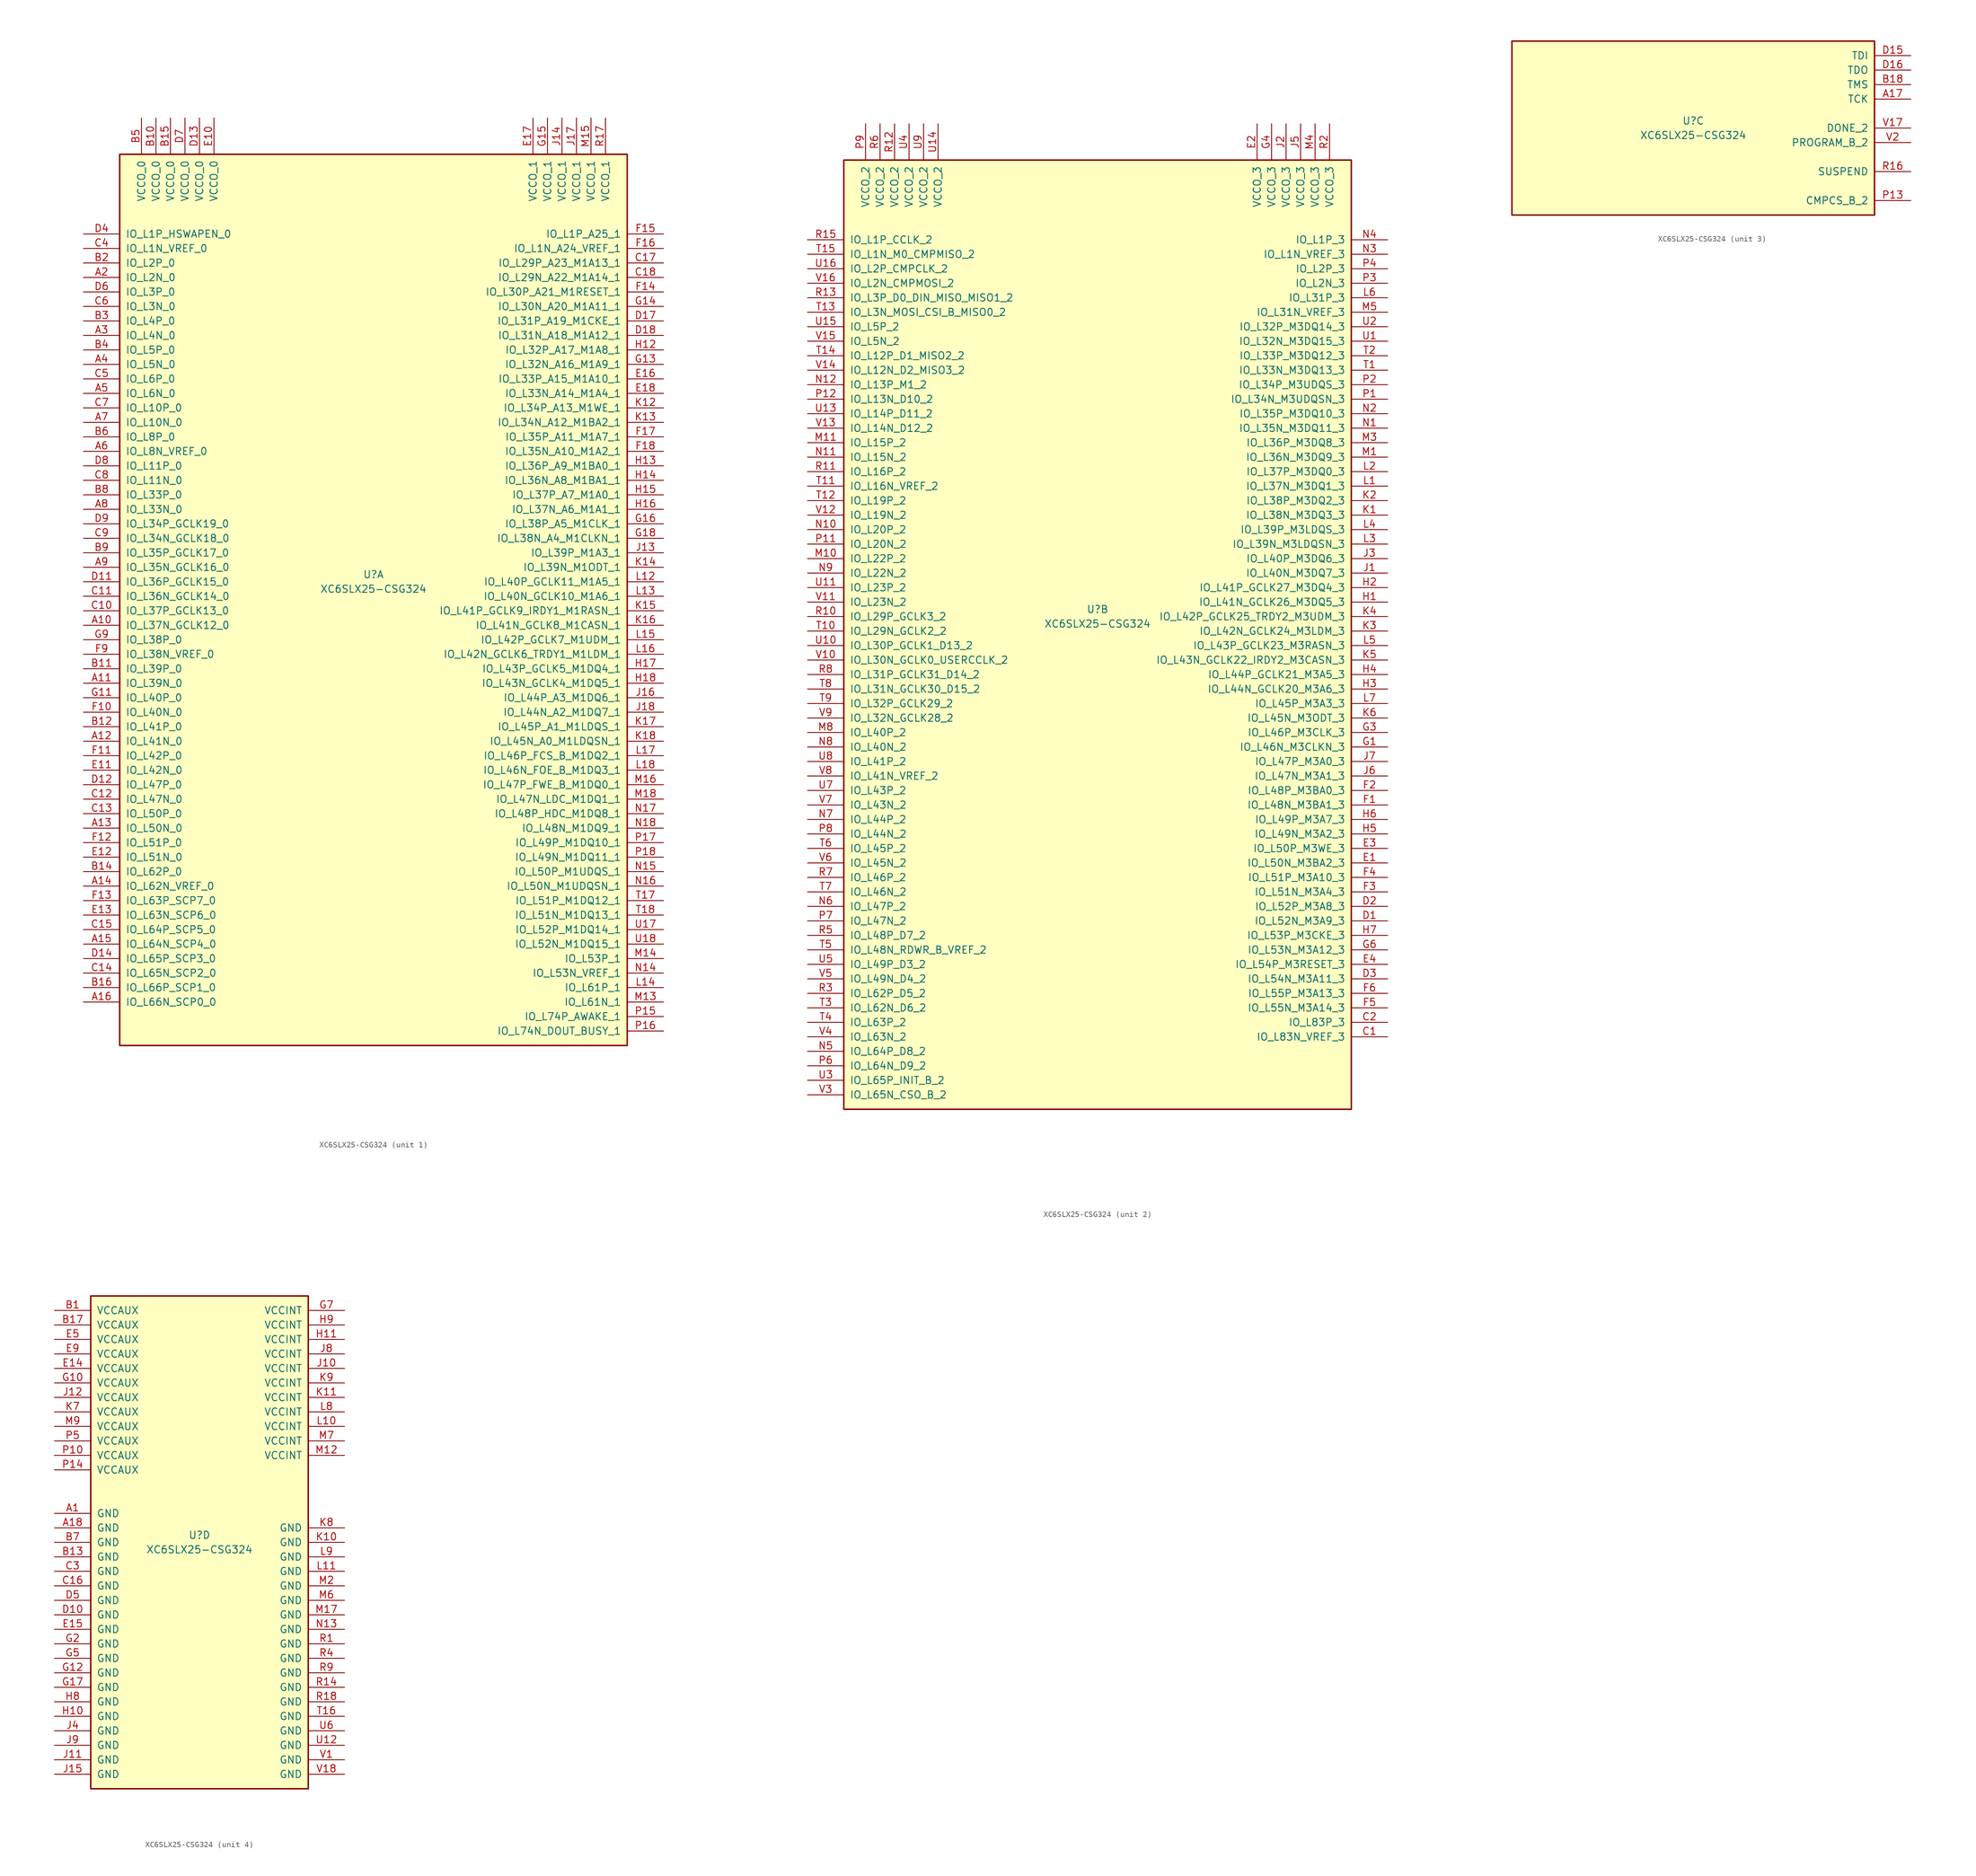
<source format=kicad_sym>
(kicad_symbol_lib
  (version 20220914)
  (generator kicad_symbol_editor)
  (symbol "XC6SLX25-CSG324"
    (pin_names
      (offset 1.016))
    (property "Reference" "U"
      (at 0 1.27 0)
      (effects (font (size 1.27 1.27))))
    (property "Value" "XC6SLX25-CSG324"
      (at 0 -1.27 0)
      (effects (font (size 1.27 1.27))))
    (property "Datasheet" ""
      (at 0 0 0)
      (effects (font (size 1.27 1.27))))
    (property "ki_locked" ""
      (at 0 0 0)
      (effects (font (size 1.27 1.27))))
    (symbol "XC6SLX25-CSG324_1_1"
      (rectangle (start -44.45 74.93) (end 44.45 -81.28) (stroke (width 0.254) (type default)) (fill (type background)))
      (pin bidirectional line (at -50.8 -7.62 0) (length 6.35) (name "IO_L37N_GCLK12_0" (effects (font (size 1.27 1.27)))) (number "A10" (effects (font (size 1.27 1.27)))))
      (pin bidirectional line (at -50.8 -17.78 0) (length 6.35) (name "IO_L39N_0" (effects (font (size 1.27 1.27)))) (number "A11" (effects (font (size 1.27 1.27)))))
      (pin bidirectional line (at -50.8 -27.94 0) (length 6.35) (name "IO_L41N_0" (effects (font (size 1.27 1.27)))) (number "A12" (effects (font (size 1.27 1.27)))))
      (pin bidirectional line (at -50.8 -43.18 0) (length 6.35) (name "IO_L50N_0" (effects (font (size 1.27 1.27)))) (number "A13" (effects (font (size 1.27 1.27)))))
      (pin bidirectional line (at -50.8 -53.34 0) (length 6.35) (name "IO_L62N_VREF_0" (effects (font (size 1.27 1.27)))) (number "A14" (effects (font (size 1.27 1.27)))))
      (pin bidirectional line (at -50.8 -63.5 0) (length 6.35) (name "IO_L64N_SCP4_0" (effects (font (size 1.27 1.27)))) (number "A15" (effects (font (size 1.27 1.27)))))
      (pin bidirectional line (at -50.8 -73.66 0) (length 6.35) (name "IO_L66N_SCP0_0" (effects (font (size 1.27 1.27)))) (number "A16" (effects (font (size 1.27 1.27)))))
      (pin bidirectional line (at -50.8 53.34 0) (length 6.35) (name "IO_L2N_0" (effects (font (size 1.27 1.27)))) (number "A2" (effects (font (size 1.27 1.27)))))
      (pin bidirectional line (at -50.8 43.18 0) (length 6.35) (name "IO_L4N_0" (effects (font (size 1.27 1.27)))) (number "A3" (effects (font (size 1.27 1.27)))))
      (pin bidirectional line (at -50.8 38.1 0) (length 6.35) (name "IO_L5N_0" (effects (font (size 1.27 1.27)))) (number "A4" (effects (font (size 1.27 1.27)))))
      (pin bidirectional line (at -50.8 33.02 0) (length 6.35) (name "IO_L6N_0" (effects (font (size 1.27 1.27)))) (number "A5" (effects (font (size 1.27 1.27)))))
      (pin bidirectional line (at -50.8 22.86 0) (length 6.35) (name "IO_L8N_VREF_0" (effects (font (size 1.27 1.27)))) (number "A6" (effects (font (size 1.27 1.27)))))
      (pin bidirectional line (at -50.8 27.94 0) (length 6.35) (name "IO_L10N_0" (effects (font (size 1.27 1.27)))) (number "A7" (effects (font (size 1.27 1.27)))))
      (pin bidirectional line (at -50.8 12.7 0) (length 6.35) (name "IO_L33N_0" (effects (font (size 1.27 1.27)))) (number "A8" (effects (font (size 1.27 1.27)))))
      (pin bidirectional line (at -50.8 2.54 0) (length 6.35) (name "IO_L35N_GCLK16_0" (effects (font (size 1.27 1.27)))) (number "A9" (effects (font (size 1.27 1.27)))))
      (pin power_in line (at -38.1 81.28 270) (length 6.35) (name "VCCO_0" (effects (font (size 1.27 1.27)))) (number "B10" (effects (font (size 1.27 1.27)))))
      (pin bidirectional line (at -50.8 -15.24 0) (length 6.35) (name "IO_L39P_0" (effects (font (size 1.27 1.27)))) (number "B11" (effects (font (size 1.27 1.27)))))
      (pin bidirectional line (at -50.8 -25.4 0) (length 6.35) (name "IO_L41P_0" (effects (font (size 1.27 1.27)))) (number "B12" (effects (font (size 1.27 1.27)))))
      (pin bidirectional line (at -50.8 -50.8 0) (length 6.35) (name "IO_L62P_0" (effects (font (size 1.27 1.27)))) (number "B14" (effects (font (size 1.27 1.27)))))
      (pin power_in line (at -35.56 81.28 270) (length 6.35) (name "VCCO_0" (effects (font (size 1.27 1.27)))) (number "B15" (effects (font (size 1.27 1.27)))))
      (pin bidirectional line (at -50.8 -71.12 0) (length 6.35) (name "IO_L66P_SCP1_0" (effects (font (size 1.27 1.27)))) (number "B16" (effects (font (size 1.27 1.27)))))
      (pin bidirectional line (at -50.8 55.88 0) (length 6.35) (name "IO_L2P_0" (effects (font (size 1.27 1.27)))) (number "B2" (effects (font (size 1.27 1.27)))))
      (pin bidirectional line (at -50.8 45.72 0) (length 6.35) (name "IO_L4P_0" (effects (font (size 1.27 1.27)))) (number "B3" (effects (font (size 1.27 1.27)))))
      (pin bidirectional line (at -50.8 40.64 0) (length 6.35) (name "IO_L5P_0" (effects (font (size 1.27 1.27)))) (number "B4" (effects (font (size 1.27 1.27)))))
      (pin power_in line (at -40.64 81.28 270) (length 6.35) (name "VCCO_0" (effects (font (size 1.27 1.27)))) (number "B5" (effects (font (size 1.27 1.27)))))
      (pin bidirectional line (at -50.8 25.4 0) (length 6.35) (name "IO_L8P_0" (effects (font (size 1.27 1.27)))) (number "B6" (effects (font (size 1.27 1.27)))))
      (pin bidirectional line (at -50.8 15.24 0) (length 6.35) (name "IO_L33P_0" (effects (font (size 1.27 1.27)))) (number "B8" (effects (font (size 1.27 1.27)))))
      (pin bidirectional line (at -50.8 5.08 0) (length 6.35) (name "IO_L35P_GCLK17_0" (effects (font (size 1.27 1.27)))) (number "B9" (effects (font (size 1.27 1.27)))))
      (pin bidirectional line (at -50.8 -5.08 0) (length 6.35) (name "IO_L37P_GCLK13_0" (effects (font (size 1.27 1.27)))) (number "C10" (effects (font (size 1.27 1.27)))))
      (pin bidirectional line (at -50.8 -2.54 0) (length 6.35) (name "IO_L36N_GCLK14_0" (effects (font (size 1.27 1.27)))) (number "C11" (effects (font (size 1.27 1.27)))))
      (pin bidirectional line (at -50.8 -38.1 0) (length 6.35) (name "IO_L47N_0" (effects (font (size 1.27 1.27)))) (number "C12" (effects (font (size 1.27 1.27)))))
      (pin bidirectional line (at -50.8 -40.64 0) (length 6.35) (name "IO_L50P_0" (effects (font (size 1.27 1.27)))) (number "C13" (effects (font (size 1.27 1.27)))))
      (pin bidirectional line (at -50.8 -68.58 0) (length 6.35) (name "IO_L65N_SCP2_0" (effects (font (size 1.27 1.27)))) (number "C14" (effects (font (size 1.27 1.27)))))
      (pin bidirectional line (at -50.8 -60.96 0) (length 6.35) (name "IO_L64P_SCP5_0" (effects (font (size 1.27 1.27)))) (number "C15" (effects (font (size 1.27 1.27)))))
      (pin bidirectional line (at 50.8 55.88 180) (length 6.35) (name "IO_L29P_A23_M1A13_1" (effects (font (size 1.27 1.27)))) (number "C17" (effects (font (size 1.27 1.27)))))
      (pin bidirectional line (at 50.8 53.34 180) (length 6.35) (name "IO_L29N_A22_M1A14_1" (effects (font (size 1.27 1.27)))) (number "C18" (effects (font (size 1.27 1.27)))))
      (pin bidirectional line (at -50.8 58.42 0) (length 6.35) (name "IO_L1N_VREF_0" (effects (font (size 1.27 1.27)))) (number "C4" (effects (font (size 1.27 1.27)))))
      (pin bidirectional line (at -50.8 35.56 0) (length 6.35) (name "IO_L6P_0" (effects (font (size 1.27 1.27)))) (number "C5" (effects (font (size 1.27 1.27)))))
      (pin bidirectional line (at -50.8 48.26 0) (length 6.35) (name "IO_L3N_0" (effects (font (size 1.27 1.27)))) (number "C6" (effects (font (size 1.27 1.27)))))
      (pin bidirectional line (at -50.8 30.48 0) (length 6.35) (name "IO_L10P_0" (effects (font (size 1.27 1.27)))) (number "C7" (effects (font (size 1.27 1.27)))))
      (pin bidirectional line (at -50.8 17.78 0) (length 6.35) (name "IO_L11N_0" (effects (font (size 1.27 1.27)))) (number "C8" (effects (font (size 1.27 1.27)))))
      (pin bidirectional line (at -50.8 7.62 0) (length 6.35) (name "IO_L34N_GCLK18_0" (effects (font (size 1.27 1.27)))) (number "C9" (effects (font (size 1.27 1.27)))))
      (pin bidirectional line (at -50.8 0 0) (length 6.35) (name "IO_L36P_GCLK15_0" (effects (font (size 1.27 1.27)))) (number "D11" (effects (font (size 1.27 1.27)))))
      (pin bidirectional line (at -50.8 -35.56 0) (length 6.35) (name "IO_L47P_0" (effects (font (size 1.27 1.27)))) (number "D12" (effects (font (size 1.27 1.27)))))
      (pin power_in line (at -30.48 81.28 270) (length 6.35) (name "VCCO_0" (effects (font (size 1.27 1.27)))) (number "D13" (effects (font (size 1.27 1.27)))))
      (pin bidirectional line (at -50.8 -66.04 0) (length 6.35) (name "IO_L65P_SCP3_0" (effects (font (size 1.27 1.27)))) (number "D14" (effects (font (size 1.27 1.27)))))
      (pin bidirectional line (at 50.8 45.72 180) (length 6.35) (name "IO_L31P_A19_M1CKE_1" (effects (font (size 1.27 1.27)))) (number "D17" (effects (font (size 1.27 1.27)))))
      (pin bidirectional line (at 50.8 43.18 180) (length 6.35) (name "IO_L31N_A18_M1A12_1" (effects (font (size 1.27 1.27)))) (number "D18" (effects (font (size 1.27 1.27)))))
      (pin bidirectional line (at -50.8 60.96 0) (length 6.35) (name "IO_L1P_HSWAPEN_0" (effects (font (size 1.27 1.27)))) (number "D4" (effects (font (size 1.27 1.27)))))
      (pin bidirectional line (at -50.8 50.8 0) (length 6.35) (name "IO_L3P_0" (effects (font (size 1.27 1.27)))) (number "D6" (effects (font (size 1.27 1.27)))))
      (pin power_in line (at -33.02 81.28 270) (length 6.35) (name "VCCO_0" (effects (font (size 1.27 1.27)))) (number "D7" (effects (font (size 1.27 1.27)))))
      (pin bidirectional line (at -50.8 20.32 0) (length 6.35) (name "IO_L11P_0" (effects (font (size 1.27 1.27)))) (number "D8" (effects (font (size 1.27 1.27)))))
      (pin bidirectional line (at -50.8 10.16 0) (length 6.35) (name "IO_L34P_GCLK19_0" (effects (font (size 1.27 1.27)))) (number "D9" (effects (font (size 1.27 1.27)))))
      (pin power_in line (at -27.94 81.28 270) (length 6.35) (name "VCCO_0" (effects (font (size 1.27 1.27)))) (number "E10" (effects (font (size 1.27 1.27)))))
      (pin bidirectional line (at -50.8 -33.02 0) (length 6.35) (name "IO_L42N_0" (effects (font (size 1.27 1.27)))) (number "E11" (effects (font (size 1.27 1.27)))))
      (pin bidirectional line (at -50.8 -48.26 0) (length 6.35) (name "IO_L51N_0" (effects (font (size 1.27 1.27)))) (number "E12" (effects (font (size 1.27 1.27)))))
      (pin bidirectional line (at -50.8 -58.42 0) (length 6.35) (name "IO_L63N_SCP6_0" (effects (font (size 1.27 1.27)))) (number "E13" (effects (font (size 1.27 1.27)))))
      (pin bidirectional line (at 50.8 35.56 180) (length 6.35) (name "IO_L33P_A15_M1A10_1" (effects (font (size 1.27 1.27)))) (number "E16" (effects (font (size 1.27 1.27)))))
      (pin power_in line (at 27.94 81.28 270) (length 6.35) (name "VCCO_1" (effects (font (size 1.27 1.27)))) (number "E17" (effects (font (size 1.27 1.27)))))
      (pin bidirectional line (at 50.8 33.02 180) (length 6.35) (name "IO_L33N_A14_M1A4_1" (effects (font (size 1.27 1.27)))) (number "E18" (effects (font (size 1.27 1.27)))))
      (pin bidirectional line (at -50.8 -22.86 0) (length 6.35) (name "IO_L40N_0" (effects (font (size 1.27 1.27)))) (number "F10" (effects (font (size 1.27 1.27)))))
      (pin bidirectional line (at -50.8 -30.48 0) (length 6.35) (name "IO_L42P_0" (effects (font (size 1.27 1.27)))) (number "F11" (effects (font (size 1.27 1.27)))))
      (pin bidirectional line (at -50.8 -45.72 0) (length 6.35) (name "IO_L51P_0" (effects (font (size 1.27 1.27)))) (number "F12" (effects (font (size 1.27 1.27)))))
      (pin bidirectional line (at -50.8 -55.88 0) (length 6.35) (name "IO_L63P_SCP7_0" (effects (font (size 1.27 1.27)))) (number "F13" (effects (font (size 1.27 1.27)))))
      (pin bidirectional line (at 50.8 50.8 180) (length 6.35) (name "IO_L30P_A21_M1RESET_1" (effects (font (size 1.27 1.27)))) (number "F14" (effects (font (size 1.27 1.27)))))
      (pin bidirectional line (at 50.8 60.96 180) (length 6.35) (name "IO_L1P_A25_1" (effects (font (size 1.27 1.27)))) (number "F15" (effects (font (size 1.27 1.27)))))
      (pin bidirectional line (at 50.8 58.42 180) (length 6.35) (name "IO_L1N_A24_VREF_1" (effects (font (size 1.27 1.27)))) (number "F16" (effects (font (size 1.27 1.27)))))
      (pin bidirectional line (at 50.8 25.4 180) (length 6.35) (name "IO_L35P_A11_M1A7_1" (effects (font (size 1.27 1.27)))) (number "F17" (effects (font (size 1.27 1.27)))))
      (pin bidirectional line (at 50.8 22.86 180) (length 6.35) (name "IO_L35N_A10_M1A2_1" (effects (font (size 1.27 1.27)))) (number "F18" (effects (font (size 1.27 1.27)))))
      (pin bidirectional line (at -50.8 -12.7 0) (length 6.35) (name "IO_L38N_VREF_0" (effects (font (size 1.27 1.27)))) (number "F9" (effects (font (size 1.27 1.27)))))
      (pin bidirectional line (at -50.8 -20.32 0) (length 6.35) (name "IO_L40P_0" (effects (font (size 1.27 1.27)))) (number "G11" (effects (font (size 1.27 1.27)))))
      (pin bidirectional line (at 50.8 38.1 180) (length 6.35) (name "IO_L32N_A16_M1A9_1" (effects (font (size 1.27 1.27)))) (number "G13" (effects (font (size 1.27 1.27)))))
      (pin bidirectional line (at 50.8 48.26 180) (length 6.35) (name "IO_L30N_A20_M1A11_1" (effects (font (size 1.27 1.27)))) (number "G14" (effects (font (size 1.27 1.27)))))
      (pin power_in line (at 30.48 81.28 270) (length 6.35) (name "VCCO_1" (effects (font (size 1.27 1.27)))) (number "G15" (effects (font (size 1.27 1.27)))))
      (pin bidirectional line (at 50.8 10.16 180) (length 6.35) (name "IO_L38P_A5_M1CLK_1" (effects (font (size 1.27 1.27)))) (number "G16" (effects (font (size 1.27 1.27)))))
      (pin bidirectional line (at 50.8 7.62 180) (length 6.35) (name "IO_L38N_A4_M1CLKN_1" (effects (font (size 1.27 1.27)))) (number "G18" (effects (font (size 1.27 1.27)))))
      (pin bidirectional line (at -50.8 -10.16 0) (length 6.35) (name "IO_L38P_0" (effects (font (size 1.27 1.27)))) (number "G9" (effects (font (size 1.27 1.27)))))
      (pin bidirectional line (at 50.8 40.64 180) (length 6.35) (name "IO_L32P_A17_M1A8_1" (effects (font (size 1.27 1.27)))) (number "H12" (effects (font (size 1.27 1.27)))))
      (pin bidirectional line (at 50.8 20.32 180) (length 6.35) (name "IO_L36P_A9_M1BA0_1" (effects (font (size 1.27 1.27)))) (number "H13" (effects (font (size 1.27 1.27)))))
      (pin bidirectional line (at 50.8 17.78 180) (length 6.35) (name "IO_L36N_A8_M1BA1_1" (effects (font (size 1.27 1.27)))) (number "H14" (effects (font (size 1.27 1.27)))))
      (pin bidirectional line (at 50.8 15.24 180) (length 6.35) (name "IO_L37P_A7_M1A0_1" (effects (font (size 1.27 1.27)))) (number "H15" (effects (font (size 1.27 1.27)))))
      (pin bidirectional line (at 50.8 12.7 180) (length 6.35) (name "IO_L37N_A6_M1A1_1" (effects (font (size 1.27 1.27)))) (number "H16" (effects (font (size 1.27 1.27)))))
      (pin bidirectional line (at 50.8 -15.24 180) (length 6.35) (name "IO_L43P_GCLK5_M1DQ4_1" (effects (font (size 1.27 1.27)))) (number "H17" (effects (font (size 1.27 1.27)))))
      (pin bidirectional line (at 50.8 -17.78 180) (length 6.35) (name "IO_L43N_GCLK4_M1DQ5_1" (effects (font (size 1.27 1.27)))) (number "H18" (effects (font (size 1.27 1.27)))))
      (pin bidirectional line (at 50.8 5.08 180) (length 6.35) (name "IO_L39P_M1A3_1" (effects (font (size 1.27 1.27)))) (number "J13" (effects (font (size 1.27 1.27)))))
      (pin power_in line (at 33.02 81.28 270) (length 6.35) (name "VCCO_1" (effects (font (size 1.27 1.27)))) (number "J14" (effects (font (size 1.27 1.27)))))
      (pin bidirectional line (at 50.8 -20.32 180) (length 6.35) (name "IO_L44P_A3_M1DQ6_1" (effects (font (size 1.27 1.27)))) (number "J16" (effects (font (size 1.27 1.27)))))
      (pin power_in line (at 35.56 81.28 270) (length 6.35) (name "VCCO_1" (effects (font (size 1.27 1.27)))) (number "J17" (effects (font (size 1.27 1.27)))))
      (pin bidirectional line (at 50.8 -22.86 180) (length 6.35) (name "IO_L44N_A2_M1DQ7_1" (effects (font (size 1.27 1.27)))) (number "J18" (effects (font (size 1.27 1.27)))))
      (pin bidirectional line (at 50.8 30.48 180) (length 6.35) (name "IO_L34P_A13_M1WE_1" (effects (font (size 1.27 1.27)))) (number "K12" (effects (font (size 1.27 1.27)))))
      (pin bidirectional line (at 50.8 27.94 180) (length 6.35) (name "IO_L34N_A12_M1BA2_1" (effects (font (size 1.27 1.27)))) (number "K13" (effects (font (size 1.27 1.27)))))
      (pin bidirectional line (at 50.8 2.54 180) (length 6.35) (name "IO_L39N_M1ODT_1" (effects (font (size 1.27 1.27)))) (number "K14" (effects (font (size 1.27 1.27)))))
      (pin bidirectional line (at 50.8 -5.08 180) (length 6.35) (name "IO_L41P_GCLK9_IRDY1_M1RASN_1" (effects (font (size 1.27 1.27)))) (number "K15" (effects (font (size 1.27 1.27)))))
      (pin bidirectional line (at 50.8 -7.62 180) (length 6.35) (name "IO_L41N_GCLK8_M1CASN_1" (effects (font (size 1.27 1.27)))) (number "K16" (effects (font (size 1.27 1.27)))))
      (pin bidirectional line (at 50.8 -25.4 180) (length 6.35) (name "IO_L45P_A1_M1LDQS_1" (effects (font (size 1.27 1.27)))) (number "K17" (effects (font (size 1.27 1.27)))))
      (pin bidirectional line (at 50.8 -27.94 180) (length 6.35) (name "IO_L45N_A0_M1LDQSN_1" (effects (font (size 1.27 1.27)))) (number "K18" (effects (font (size 1.27 1.27)))))
      (pin bidirectional line (at 50.8 0 180) (length 6.35) (name "IO_L40P_GCLK11_M1A5_1" (effects (font (size 1.27 1.27)))) (number "L12" (effects (font (size 1.27 1.27)))))
      (pin bidirectional line (at 50.8 -2.54 180) (length 6.35) (name "IO_L40N_GCLK10_M1A6_1" (effects (font (size 1.27 1.27)))) (number "L13" (effects (font (size 1.27 1.27)))))
      (pin bidirectional line (at 50.8 -71.12 180) (length 6.35) (name "IO_L61P_1" (effects (font (size 1.27 1.27)))) (number "L14" (effects (font (size 1.27 1.27)))))
      (pin bidirectional line (at 50.8 -10.16 180) (length 6.35) (name "IO_L42P_GCLK7_M1UDM_1" (effects (font (size 1.27 1.27)))) (number "L15" (effects (font (size 1.27 1.27)))))
      (pin bidirectional line (at 50.8 -12.7 180) (length 6.35) (name "IO_L42N_GCLK6_TRDY1_M1LDM_1" (effects (font (size 1.27 1.27)))) (number "L16" (effects (font (size 1.27 1.27)))))
      (pin bidirectional line (at 50.8 -30.48 180) (length 6.35) (name "IO_L46P_FCS_B_M1DQ2_1" (effects (font (size 1.27 1.27)))) (number "L17" (effects (font (size 1.27 1.27)))))
      (pin bidirectional line (at 50.8 -33.02 180) (length 6.35) (name "IO_L46N_FOE_B_M1DQ3_1" (effects (font (size 1.27 1.27)))) (number "L18" (effects (font (size 1.27 1.27)))))
      (pin bidirectional line (at 50.8 -73.66 180) (length 6.35) (name "IO_L61N_1" (effects (font (size 1.27 1.27)))) (number "M13" (effects (font (size 1.27 1.27)))))
      (pin bidirectional line (at 50.8 -66.04 180) (length 6.35) (name "IO_L53P_1" (effects (font (size 1.27 1.27)))) (number "M14" (effects (font (size 1.27 1.27)))))
      (pin power_in line (at 38.1 81.28 270) (length 6.35) (name "VCCO_1" (effects (font (size 1.27 1.27)))) (number "M15" (effects (font (size 1.27 1.27)))))
      (pin bidirectional line (at 50.8 -35.56 180) (length 6.35) (name "IO_L47P_FWE_B_M1DQ0_1" (effects (font (size 1.27 1.27)))) (number "M16" (effects (font (size 1.27 1.27)))))
      (pin bidirectional line (at 50.8 -38.1 180) (length 6.35) (name "IO_L47N_LDC_M1DQ1_1" (effects (font (size 1.27 1.27)))) (number "M18" (effects (font (size 1.27 1.27)))))
      (pin bidirectional line (at 50.8 -68.58 180) (length 6.35) (name "IO_L53N_VREF_1" (effects (font (size 1.27 1.27)))) (number "N14" (effects (font (size 1.27 1.27)))))
      (pin bidirectional line (at 50.8 -50.8 180) (length 6.35) (name "IO_L50P_M1UDQS_1" (effects (font (size 1.27 1.27)))) (number "N15" (effects (font (size 1.27 1.27)))))
      (pin bidirectional line (at 50.8 -53.34 180) (length 6.35) (name "IO_L50N_M1UDQSN_1" (effects (font (size 1.27 1.27)))) (number "N16" (effects (font (size 1.27 1.27)))))
      (pin bidirectional line (at 50.8 -40.64 180) (length 6.35) (name "IO_L48P_HDC_M1DQ8_1" (effects (font (size 1.27 1.27)))) (number "N17" (effects (font (size 1.27 1.27)))))
      (pin bidirectional line (at 50.8 -43.18 180) (length 6.35) (name "IO_L48N_M1DQ9_1" (effects (font (size 1.27 1.27)))) (number "N18" (effects (font (size 1.27 1.27)))))
      (pin bidirectional line (at 50.8 -76.2 180) (length 6.35) (name "IO_L74P_AWAKE_1" (effects (font (size 1.27 1.27)))) (number "P15" (effects (font (size 1.27 1.27)))))
      (pin bidirectional line (at 50.8 -78.74 180) (length 6.35) (name "IO_L74N_DOUT_BUSY_1" (effects (font (size 1.27 1.27)))) (number "P16" (effects (font (size 1.27 1.27)))))
      (pin bidirectional line (at 50.8 -45.72 180) (length 6.35) (name "IO_L49P_M1DQ10_1" (effects (font (size 1.27 1.27)))) (number "P17" (effects (font (size 1.27 1.27)))))
      (pin bidirectional line (at 50.8 -48.26 180) (length 6.35) (name "IO_L49N_M1DQ11_1" (effects (font (size 1.27 1.27)))) (number "P18" (effects (font (size 1.27 1.27)))))
      (pin power_in line (at 40.64 81.28 270) (length 6.35) (name "VCCO_1" (effects (font (size 1.27 1.27)))) (number "R17" (effects (font (size 1.27 1.27)))))
      (pin bidirectional line (at 50.8 -55.88 180) (length 6.35) (name "IO_L51P_M1DQ12_1" (effects (font (size 1.27 1.27)))) (number "T17" (effects (font (size 1.27 1.27)))))
      (pin bidirectional line (at 50.8 -58.42 180) (length 6.35) (name "IO_L51N_M1DQ13_1" (effects (font (size 1.27 1.27)))) (number "T18" (effects (font (size 1.27 1.27)))))
      (pin bidirectional line (at 50.8 -60.96 180) (length 6.35) (name "IO_L52P_M1DQ14_1" (effects (font (size 1.27 1.27)))) (number "U17" (effects (font (size 1.27 1.27)))))
      (pin bidirectional line (at 50.8 -63.5 180) (length 6.35) (name "IO_L52N_M1DQ15_1" (effects (font (size 1.27 1.27)))) (number "U18" (effects (font (size 1.27 1.27))))))
    (symbol "XC6SLX25-CSG324_2_1"
      (rectangle (start -44.45 80.01) (end 44.45 -86.36) (stroke (width 0.254) (type default)) (fill (type background)))
      (pin bidirectional line (at 50.8 -73.66 180) (length 6.35) (name "IO_L83N_VREF_3" (effects (font (size 1.27 1.27)))) (number "C1" (effects (font (size 1.27 1.27)))))
      (pin bidirectional line (at 50.8 -71.12 180) (length 6.35) (name "IO_L83P_3" (effects (font (size 1.27 1.27)))) (number "C2" (effects (font (size 1.27 1.27)))))
      (pin bidirectional line (at 50.8 -53.34 180) (length 6.35) (name "IO_L52N_M3A9_3" (effects (font (size 1.27 1.27)))) (number "D1" (effects (font (size 1.27 1.27)))))
      (pin bidirectional line (at 50.8 -50.8 180) (length 6.35) (name "IO_L52P_M3A8_3" (effects (font (size 1.27 1.27)))) (number "D2" (effects (font (size 1.27 1.27)))))
      (pin bidirectional line (at 50.8 -63.5 180) (length 6.35) (name "IO_L54N_M3A11_3" (effects (font (size 1.27 1.27)))) (number "D3" (effects (font (size 1.27 1.27)))))
      (pin bidirectional line (at 50.8 -43.18 180) (length 6.35) (name "IO_L50N_M3BA2_3" (effects (font (size 1.27 1.27)))) (number "E1" (effects (font (size 1.27 1.27)))))
      (pin power_in line (at 27.94 86.36 270) (length 6.35) (name "VCCO_3" (effects (font (size 1.27 1.27)))) (number "E2" (effects (font (size 1.27 1.27)))))
      (pin bidirectional line (at 50.8 -40.64 180) (length 6.35) (name "IO_L50P_M3WE_3" (effects (font (size 1.27 1.27)))) (number "E3" (effects (font (size 1.27 1.27)))))
      (pin bidirectional line (at 50.8 -60.96 180) (length 6.35) (name "IO_L54P_M3RESET_3" (effects (font (size 1.27 1.27)))) (number "E4" (effects (font (size 1.27 1.27)))))
      (pin bidirectional line (at 50.8 -33.02 180) (length 6.35) (name "IO_L48N_M3BA1_3" (effects (font (size 1.27 1.27)))) (number "F1" (effects (font (size 1.27 1.27)))))
      (pin bidirectional line (at 50.8 -30.48 180) (length 6.35) (name "IO_L48P_M3BA0_3" (effects (font (size 1.27 1.27)))) (number "F2" (effects (font (size 1.27 1.27)))))
      (pin bidirectional line (at 50.8 -48.26 180) (length 6.35) (name "IO_L51N_M3A4_3" (effects (font (size 1.27 1.27)))) (number "F3" (effects (font (size 1.27 1.27)))))
      (pin bidirectional line (at 50.8 -45.72 180) (length 6.35) (name "IO_L51P_M3A10_3" (effects (font (size 1.27 1.27)))) (number "F4" (effects (font (size 1.27 1.27)))))
      (pin bidirectional line (at 50.8 -68.58 180) (length 6.35) (name "IO_L55N_M3A14_3" (effects (font (size 1.27 1.27)))) (number "F5" (effects (font (size 1.27 1.27)))))
      (pin bidirectional line (at 50.8 -66.04 180) (length 6.35) (name "IO_L55P_M3A13_3" (effects (font (size 1.27 1.27)))) (number "F6" (effects (font (size 1.27 1.27)))))
      (pin bidirectional line (at 50.8 -22.86 180) (length 6.35) (name "IO_L46N_M3CLKN_3" (effects (font (size 1.27 1.27)))) (number "G1" (effects (font (size 1.27 1.27)))))
      (pin bidirectional line (at 50.8 -20.32 180) (length 6.35) (name "IO_L46P_M3CLK_3" (effects (font (size 1.27 1.27)))) (number "G3" (effects (font (size 1.27 1.27)))))
      (pin power_in line (at 30.48 86.36 270) (length 6.35) (name "VCCO_3" (effects (font (size 1.27 1.27)))) (number "G4" (effects (font (size 1.27 1.27)))))
      (pin bidirectional line (at 50.8 -58.42 180) (length 6.35) (name "IO_L53N_M3A12_3" (effects (font (size 1.27 1.27)))) (number "G6" (effects (font (size 1.27 1.27)))))
      (pin bidirectional line (at 50.8 2.54 180) (length 6.35) (name "IO_L41N_GCLK26_M3DQ5_3" (effects (font (size 1.27 1.27)))) (number "H1" (effects (font (size 1.27 1.27)))))
      (pin bidirectional line (at 50.8 5.08 180) (length 6.35) (name "IO_L41P_GCLK27_M3DQ4_3" (effects (font (size 1.27 1.27)))) (number "H2" (effects (font (size 1.27 1.27)))))
      (pin bidirectional line (at 50.8 -12.7 180) (length 6.35) (name "IO_L44N_GCLK20_M3A6_3" (effects (font (size 1.27 1.27)))) (number "H3" (effects (font (size 1.27 1.27)))))
      (pin bidirectional line (at 50.8 -10.16 180) (length 6.35) (name "IO_L44P_GCLK21_M3A5_3" (effects (font (size 1.27 1.27)))) (number "H4" (effects (font (size 1.27 1.27)))))
      (pin bidirectional line (at 50.8 -38.1 180) (length 6.35) (name "IO_L49N_M3A2_3" (effects (font (size 1.27 1.27)))) (number "H5" (effects (font (size 1.27 1.27)))))
      (pin bidirectional line (at 50.8 -35.56 180) (length 6.35) (name "IO_L49P_M3A7_3" (effects (font (size 1.27 1.27)))) (number "H6" (effects (font (size 1.27 1.27)))))
      (pin bidirectional line (at 50.8 -55.88 180) (length 6.35) (name "IO_L53P_M3CKE_3" (effects (font (size 1.27 1.27)))) (number "H7" (effects (font (size 1.27 1.27)))))
      (pin bidirectional line (at 50.8 7.62 180) (length 6.35) (name "IO_L40N_M3DQ7_3" (effects (font (size 1.27 1.27)))) (number "J1" (effects (font (size 1.27 1.27)))))
      (pin power_in line (at 33.02 86.36 270) (length 6.35) (name "VCCO_3" (effects (font (size 1.27 1.27)))) (number "J2" (effects (font (size 1.27 1.27)))))
      (pin bidirectional line (at 50.8 10.16 180) (length 6.35) (name "IO_L40P_M3DQ6_3" (effects (font (size 1.27 1.27)))) (number "J3" (effects (font (size 1.27 1.27)))))
      (pin power_in line (at 35.56 86.36 270) (length 6.35) (name "VCCO_3" (effects (font (size 1.27 1.27)))) (number "J5" (effects (font (size 1.27 1.27)))))
      (pin bidirectional line (at 50.8 -27.94 180) (length 6.35) (name "IO_L47N_M3A1_3" (effects (font (size 1.27 1.27)))) (number "J6" (effects (font (size 1.27 1.27)))))
      (pin bidirectional line (at 50.8 -25.4 180) (length 6.35) (name "IO_L47P_M3A0_3" (effects (font (size 1.27 1.27)))) (number "J7" (effects (font (size 1.27 1.27)))))
      (pin bidirectional line (at 50.8 17.78 180) (length 6.35) (name "IO_L38N_M3DQ3_3" (effects (font (size 1.27 1.27)))) (number "K1" (effects (font (size 1.27 1.27)))))
      (pin bidirectional line (at 50.8 20.32 180) (length 6.35) (name "IO_L38P_M3DQ2_3" (effects (font (size 1.27 1.27)))) (number "K2" (effects (font (size 1.27 1.27)))))
      (pin bidirectional line (at 50.8 -2.54 180) (length 6.35) (name "IO_L42N_GCLK24_M3LDM_3" (effects (font (size 1.27 1.27)))) (number "K3" (effects (font (size 1.27 1.27)))))
      (pin bidirectional line (at 50.8 0 180) (length 6.35) (name "IO_L42P_GCLK25_TRDY2_M3UDM_3" (effects (font (size 1.27 1.27)))) (number "K4" (effects (font (size 1.27 1.27)))))
      (pin bidirectional line (at 50.8 -7.62 180) (length 6.35) (name "IO_L43N_GCLK22_IRDY2_M3CASN_3" (effects (font (size 1.27 1.27)))) (number "K5" (effects (font (size 1.27 1.27)))))
      (pin bidirectional line (at 50.8 -17.78 180) (length 6.35) (name "IO_L45N_M3ODT_3" (effects (font (size 1.27 1.27)))) (number "K6" (effects (font (size 1.27 1.27)))))
      (pin bidirectional line (at 50.8 22.86 180) (length 6.35) (name "IO_L37N_M3DQ1_3" (effects (font (size 1.27 1.27)))) (number "L1" (effects (font (size 1.27 1.27)))))
      (pin bidirectional line (at 50.8 25.4 180) (length 6.35) (name "IO_L37P_M3DQ0_3" (effects (font (size 1.27 1.27)))) (number "L2" (effects (font (size 1.27 1.27)))))
      (pin bidirectional line (at 50.8 12.7 180) (length 6.35) (name "IO_L39N_M3LDQSN_3" (effects (font (size 1.27 1.27)))) (number "L3" (effects (font (size 1.27 1.27)))))
      (pin bidirectional line (at 50.8 15.24 180) (length 6.35) (name "IO_L39P_M3LDQS_3" (effects (font (size 1.27 1.27)))) (number "L4" (effects (font (size 1.27 1.27)))))
      (pin bidirectional line (at 50.8 -5.08 180) (length 6.35) (name "IO_L43P_GCLK23_M3RASN_3" (effects (font (size 1.27 1.27)))) (number "L5" (effects (font (size 1.27 1.27)))))
      (pin bidirectional line (at 50.8 55.88 180) (length 6.35) (name "IO_L31P_3" (effects (font (size 1.27 1.27)))) (number "L6" (effects (font (size 1.27 1.27)))))
      (pin bidirectional line (at 50.8 -15.24 180) (length 6.35) (name "IO_L45P_M3A3_3" (effects (font (size 1.27 1.27)))) (number "L7" (effects (font (size 1.27 1.27)))))
      (pin bidirectional line (at 50.8 27.94 180) (length 6.35) (name "IO_L36N_M3DQ9_3" (effects (font (size 1.27 1.27)))) (number "M1" (effects (font (size 1.27 1.27)))))
      (pin bidirectional line (at -50.8 10.16 0) (length 6.35) (name "IO_L22P_2" (effects (font (size 1.27 1.27)))) (number "M10" (effects (font (size 1.27 1.27)))))
      (pin bidirectional line (at -50.8 30.48 0) (length 6.35) (name "IO_L15P_2" (effects (font (size 1.27 1.27)))) (number "M11" (effects (font (size 1.27 1.27)))))
      (pin bidirectional line (at 50.8 30.48 180) (length 6.35) (name "IO_L36P_M3DQ8_3" (effects (font (size 1.27 1.27)))) (number "M3" (effects (font (size 1.27 1.27)))))
      (pin power_in line (at 38.1 86.36 270) (length 6.35) (name "VCCO_3" (effects (font (size 1.27 1.27)))) (number "M4" (effects (font (size 1.27 1.27)))))
      (pin bidirectional line (at 50.8 53.34 180) (length 6.35) (name "IO_L31N_VREF_3" (effects (font (size 1.27 1.27)))) (number "M5" (effects (font (size 1.27 1.27)))))
      (pin bidirectional line (at -50.8 -20.32 0) (length 6.35) (name "IO_L40P_2" (effects (font (size 1.27 1.27)))) (number "M8" (effects (font (size 1.27 1.27)))))
      (pin bidirectional line (at 50.8 33.02 180) (length 6.35) (name "IO_L35N_M3DQ11_3" (effects (font (size 1.27 1.27)))) (number "N1" (effects (font (size 1.27 1.27)))))
      (pin bidirectional line (at -50.8 15.24 0) (length 6.35) (name "IO_L20P_2" (effects (font (size 1.27 1.27)))) (number "N10" (effects (font (size 1.27 1.27)))))
      (pin bidirectional line (at -50.8 27.94 0) (length 6.35) (name "IO_L15N_2" (effects (font (size 1.27 1.27)))) (number "N11" (effects (font (size 1.27 1.27)))))
      (pin bidirectional line (at -50.8 40.64 0) (length 6.35) (name "IO_L13P_M1_2" (effects (font (size 1.27 1.27)))) (number "N12" (effects (font (size 1.27 1.27)))))
      (pin bidirectional line (at 50.8 35.56 180) (length 6.35) (name "IO_L35P_M3DQ10_3" (effects (font (size 1.27 1.27)))) (number "N2" (effects (font (size 1.27 1.27)))))
      (pin bidirectional line (at 50.8 63.5 180) (length 6.35) (name "IO_L1N_VREF_3" (effects (font (size 1.27 1.27)))) (number "N3" (effects (font (size 1.27 1.27)))))
      (pin bidirectional line (at 50.8 66.04 180) (length 6.35) (name "IO_L1P_3" (effects (font (size 1.27 1.27)))) (number "N4" (effects (font (size 1.27 1.27)))))
      (pin bidirectional line (at -50.8 -76.2 0) (length 6.35) (name "IO_L64P_D8_2" (effects (font (size 1.27 1.27)))) (number "N5" (effects (font (size 1.27 1.27)))))
      (pin bidirectional line (at -50.8 -50.8 0) (length 6.35) (name "IO_L47P_2" (effects (font (size 1.27 1.27)))) (number "N6" (effects (font (size 1.27 1.27)))))
      (pin bidirectional line (at -50.8 -35.56 0) (length 6.35) (name "IO_L44P_2" (effects (font (size 1.27 1.27)))) (number "N7" (effects (font (size 1.27 1.27)))))
      (pin bidirectional line (at -50.8 -22.86 0) (length 6.35) (name "IO_L40N_2" (effects (font (size 1.27 1.27)))) (number "N8" (effects (font (size 1.27 1.27)))))
      (pin bidirectional line (at -50.8 7.62 0) (length 6.35) (name "IO_L22N_2" (effects (font (size 1.27 1.27)))) (number "N9" (effects (font (size 1.27 1.27)))))
      (pin bidirectional line (at 50.8 38.1 180) (length 6.35) (name "IO_L34N_M3UDQSN_3" (effects (font (size 1.27 1.27)))) (number "P1" (effects (font (size 1.27 1.27)))))
      (pin bidirectional line (at -50.8 12.7 0) (length 6.35) (name "IO_L20N_2" (effects (font (size 1.27 1.27)))) (number "P11" (effects (font (size 1.27 1.27)))))
      (pin bidirectional line (at -50.8 38.1 0) (length 6.35) (name "IO_L13N_D10_2" (effects (font (size 1.27 1.27)))) (number "P12" (effects (font (size 1.27 1.27)))))
      (pin bidirectional line (at 50.8 40.64 180) (length 6.35) (name "IO_L34P_M3UDQS_3" (effects (font (size 1.27 1.27)))) (number "P2" (effects (font (size 1.27 1.27)))))
      (pin bidirectional line (at 50.8 58.42 180) (length 6.35) (name "IO_L2N_3" (effects (font (size 1.27 1.27)))) (number "P3" (effects (font (size 1.27 1.27)))))
      (pin bidirectional line (at 50.8 60.96 180) (length 6.35) (name "IO_L2P_3" (effects (font (size 1.27 1.27)))) (number "P4" (effects (font (size 1.27 1.27)))))
      (pin bidirectional line (at -50.8 -78.74 0) (length 6.35) (name "IO_L64N_D9_2" (effects (font (size 1.27 1.27)))) (number "P6" (effects (font (size 1.27 1.27)))))
      (pin bidirectional line (at -50.8 -53.34 0) (length 6.35) (name "IO_L47N_2" (effects (font (size 1.27 1.27)))) (number "P7" (effects (font (size 1.27 1.27)))))
      (pin bidirectional line (at -50.8 -38.1 0) (length 6.35) (name "IO_L44N_2" (effects (font (size 1.27 1.27)))) (number "P8" (effects (font (size 1.27 1.27)))))
      (pin power_in line (at -40.64 86.36 270) (length 6.35) (name "VCCO_2" (effects (font (size 1.27 1.27)))) (number "P9" (effects (font (size 1.27 1.27)))))
      (pin bidirectional line (at -50.8 0 0) (length 6.35) (name "IO_L29P_GCLK3_2" (effects (font (size 1.27 1.27)))) (number "R10" (effects (font (size 1.27 1.27)))))
      (pin bidirectional line (at -50.8 25.4 0) (length 6.35) (name "IO_L16P_2" (effects (font (size 1.27 1.27)))) (number "R11" (effects (font (size 1.27 1.27)))))
      (pin power_in line (at -35.56 86.36 270) (length 6.35) (name "VCCO_2" (effects (font (size 1.27 1.27)))) (number "R12" (effects (font (size 1.27 1.27)))))
      (pin bidirectional line (at -50.8 55.88 0) (length 6.35) (name "IO_L3P_D0_DIN_MISO_MISO1_2" (effects (font (size 1.27 1.27)))) (number "R13" (effects (font (size 1.27 1.27)))))
      (pin bidirectional line (at -50.8 66.04 0) (length 6.35) (name "IO_L1P_CCLK_2" (effects (font (size 1.27 1.27)))) (number "R15" (effects (font (size 1.27 1.27)))))
      (pin power_in line (at 40.64 86.36 270) (length 6.35) (name "VCCO_3" (effects (font (size 1.27 1.27)))) (number "R2" (effects (font (size 1.27 1.27)))))
      (pin bidirectional line (at -50.8 -66.04 0) (length 6.35) (name "IO_L62P_D5_2" (effects (font (size 1.27 1.27)))) (number "R3" (effects (font (size 1.27 1.27)))))
      (pin bidirectional line (at -50.8 -55.88 0) (length 6.35) (name "IO_L48P_D7_2" (effects (font (size 1.27 1.27)))) (number "R5" (effects (font (size 1.27 1.27)))))
      (pin power_in line (at -38.1 86.36 270) (length 6.35) (name "VCCO_2" (effects (font (size 1.27 1.27)))) (number "R6" (effects (font (size 1.27 1.27)))))
      (pin bidirectional line (at -50.8 -45.72 0) (length 6.35) (name "IO_L46P_2" (effects (font (size 1.27 1.27)))) (number "R7" (effects (font (size 1.27 1.27)))))
      (pin bidirectional line (at -50.8 -10.16 0) (length 6.35) (name "IO_L31P_GCLK31_D14_2" (effects (font (size 1.27 1.27)))) (number "R8" (effects (font (size 1.27 1.27)))))
      (pin bidirectional line (at 50.8 43.18 180) (length 6.35) (name "IO_L33N_M3DQ13_3" (effects (font (size 1.27 1.27)))) (number "T1" (effects (font (size 1.27 1.27)))))
      (pin bidirectional line (at -50.8 -2.54 0) (length 6.35) (name "IO_L29N_GCLK2_2" (effects (font (size 1.27 1.27)))) (number "T10" (effects (font (size 1.27 1.27)))))
      (pin bidirectional line (at -50.8 22.86 0) (length 6.35) (name "IO_L16N_VREF_2" (effects (font (size 1.27 1.27)))) (number "T11" (effects (font (size 1.27 1.27)))))
      (pin bidirectional line (at -50.8 20.32 0) (length 6.35) (name "IO_L19P_2" (effects (font (size 1.27 1.27)))) (number "T12" (effects (font (size 1.27 1.27)))))
      (pin bidirectional line (at -50.8 53.34 0) (length 6.35) (name "IO_L3N_MOSI_CSI_B_MISO0_2" (effects (font (size 1.27 1.27)))) (number "T13" (effects (font (size 1.27 1.27)))))
      (pin bidirectional line (at -50.8 45.72 0) (length 6.35) (name "IO_L12P_D1_MISO2_2" (effects (font (size 1.27 1.27)))) (number "T14" (effects (font (size 1.27 1.27)))))
      (pin bidirectional line (at -50.8 63.5 0) (length 6.35) (name "IO_L1N_M0_CMPMISO_2" (effects (font (size 1.27 1.27)))) (number "T15" (effects (font (size 1.27 1.27)))))
      (pin bidirectional line (at 50.8 45.72 180) (length 6.35) (name "IO_L33P_M3DQ12_3" (effects (font (size 1.27 1.27)))) (number "T2" (effects (font (size 1.27 1.27)))))
      (pin bidirectional line (at -50.8 -68.58 0) (length 6.35) (name "IO_L62N_D6_2" (effects (font (size 1.27 1.27)))) (number "T3" (effects (font (size 1.27 1.27)))))
      (pin bidirectional line (at -50.8 -71.12 0) (length 6.35) (name "IO_L63P_2" (effects (font (size 1.27 1.27)))) (number "T4" (effects (font (size 1.27 1.27)))))
      (pin bidirectional line (at -50.8 -58.42 0) (length 6.35) (name "IO_L48N_RDWR_B_VREF_2" (effects (font (size 1.27 1.27)))) (number "T5" (effects (font (size 1.27 1.27)))))
      (pin bidirectional line (at -50.8 -40.64 0) (length 6.35) (name "IO_L45P_2" (effects (font (size 1.27 1.27)))) (number "T6" (effects (font (size 1.27 1.27)))))
      (pin bidirectional line (at -50.8 -48.26 0) (length 6.35) (name "IO_L46N_2" (effects (font (size 1.27 1.27)))) (number "T7" (effects (font (size 1.27 1.27)))))
      (pin bidirectional line (at -50.8 -12.7 0) (length 6.35) (name "IO_L31N_GCLK30_D15_2" (effects (font (size 1.27 1.27)))) (number "T8" (effects (font (size 1.27 1.27)))))
      (pin bidirectional line (at -50.8 -15.24 0) (length 6.35) (name "IO_L32P_GCLK29_2" (effects (font (size 1.27 1.27)))) (number "T9" (effects (font (size 1.27 1.27)))))
      (pin bidirectional line (at 50.8 48.26 180) (length 6.35) (name "IO_L32N_M3DQ15_3" (effects (font (size 1.27 1.27)))) (number "U1" (effects (font (size 1.27 1.27)))))
      (pin bidirectional line (at -50.8 -5.08 0) (length 6.35) (name "IO_L30P_GCLK1_D13_2" (effects (font (size 1.27 1.27)))) (number "U10" (effects (font (size 1.27 1.27)))))
      (pin bidirectional line (at -50.8 5.08 0) (length 6.35) (name "IO_L23P_2" (effects (font (size 1.27 1.27)))) (number "U11" (effects (font (size 1.27 1.27)))))
      (pin bidirectional line (at -50.8 35.56 0) (length 6.35) (name "IO_L14P_D11_2" (effects (font (size 1.27 1.27)))) (number "U13" (effects (font (size 1.27 1.27)))))
      (pin power_in line (at -27.94 86.36 270) (length 6.35) (name "VCCO_2" (effects (font (size 1.27 1.27)))) (number "U14" (effects (font (size 1.27 1.27)))))
      (pin bidirectional line (at -50.8 50.8 0) (length 6.35) (name "IO_L5P_2" (effects (font (size 1.27 1.27)))) (number "U15" (effects (font (size 1.27 1.27)))))
      (pin bidirectional line (at -50.8 60.96 0) (length 6.35) (name "IO_L2P_CMPCLK_2" (effects (font (size 1.27 1.27)))) (number "U16" (effects (font (size 1.27 1.27)))))
      (pin bidirectional line (at 50.8 50.8 180) (length 6.35) (name "IO_L32P_M3DQ14_3" (effects (font (size 1.27 1.27)))) (number "U2" (effects (font (size 1.27 1.27)))))
      (pin bidirectional line (at -50.8 -81.28 0) (length 6.35) (name "IO_L65P_INIT_B_2" (effects (font (size 1.27 1.27)))) (number "U3" (effects (font (size 1.27 1.27)))))
      (pin power_in line (at -33.02 86.36 270) (length 6.35) (name "VCCO_2" (effects (font (size 1.27 1.27)))) (number "U4" (effects (font (size 1.27 1.27)))))
      (pin bidirectional line (at -50.8 -60.96 0) (length 6.35) (name "IO_L49P_D3_2" (effects (font (size 1.27 1.27)))) (number "U5" (effects (font (size 1.27 1.27)))))
      (pin bidirectional line (at -50.8 -30.48 0) (length 6.35) (name "IO_L43P_2" (effects (font (size 1.27 1.27)))) (number "U7" (effects (font (size 1.27 1.27)))))
      (pin bidirectional line (at -50.8 -25.4 0) (length 6.35) (name "IO_L41P_2" (effects (font (size 1.27 1.27)))) (number "U8" (effects (font (size 1.27 1.27)))))
      (pin power_in line (at -30.48 86.36 270) (length 6.35) (name "VCCO_2" (effects (font (size 1.27 1.27)))) (number "U9" (effects (font (size 1.27 1.27)))))
      (pin bidirectional line (at -50.8 -7.62 0) (length 6.35) (name "IO_L30N_GCLK0_USERCCLK_2" (effects (font (size 1.27 1.27)))) (number "V10" (effects (font (size 1.27 1.27)))))
      (pin bidirectional line (at -50.8 2.54 0) (length 6.35) (name "IO_L23N_2" (effects (font (size 1.27 1.27)))) (number "V11" (effects (font (size 1.27 1.27)))))
      (pin bidirectional line (at -50.8 17.78 0) (length 6.35) (name "IO_L19N_2" (effects (font (size 1.27 1.27)))) (number "V12" (effects (font (size 1.27 1.27)))))
      (pin bidirectional line (at -50.8 33.02 0) (length 6.35) (name "IO_L14N_D12_2" (effects (font (size 1.27 1.27)))) (number "V13" (effects (font (size 1.27 1.27)))))
      (pin bidirectional line (at -50.8 43.18 0) (length 6.35) (name "IO_L12N_D2_MISO3_2" (effects (font (size 1.27 1.27)))) (number "V14" (effects (font (size 1.27 1.27)))))
      (pin bidirectional line (at -50.8 48.26 0) (length 6.35) (name "IO_L5N_2" (effects (font (size 1.27 1.27)))) (number "V15" (effects (font (size 1.27 1.27)))))
      (pin bidirectional line (at -50.8 58.42 0) (length 6.35) (name "IO_L2N_CMPMOSI_2" (effects (font (size 1.27 1.27)))) (number "V16" (effects (font (size 1.27 1.27)))))
      (pin bidirectional line (at -50.8 -83.82 0) (length 6.35) (name "IO_L65N_CSO_B_2" (effects (font (size 1.27 1.27)))) (number "V3" (effects (font (size 1.27 1.27)))))
      (pin bidirectional line (at -50.8 -73.66 0) (length 6.35) (name "IO_L63N_2" (effects (font (size 1.27 1.27)))) (number "V4" (effects (font (size 1.27 1.27)))))
      (pin bidirectional line (at -50.8 -63.5 0) (length 6.35) (name "IO_L49N_D4_2" (effects (font (size 1.27 1.27)))) (number "V5" (effects (font (size 1.27 1.27)))))
      (pin bidirectional line (at -50.8 -43.18 0) (length 6.35) (name "IO_L45N_2" (effects (font (size 1.27 1.27)))) (number "V6" (effects (font (size 1.27 1.27)))))
      (pin bidirectional line (at -50.8 -33.02 0) (length 6.35) (name "IO_L43N_2" (effects (font (size 1.27 1.27)))) (number "V7" (effects (font (size 1.27 1.27)))))
      (pin bidirectional line (at -50.8 -27.94 0) (length 6.35) (name "IO_L41N_VREF_2" (effects (font (size 1.27 1.27)))) (number "V8" (effects (font (size 1.27 1.27)))))
      (pin bidirectional line (at -50.8 -17.78 0) (length 6.35) (name "IO_L32N_GCLK28_2" (effects (font (size 1.27 1.27)))) (number "V9" (effects (font (size 1.27 1.27))))))
    (symbol "XC6SLX25-CSG324_3_1"
      (rectangle (start -31.75 15.24) (end 31.75 -15.24) (stroke (width 0.254) (type default)) (fill (type background)))
      (pin bidirectional line (at 38.1 5.08 180) (length 6.35) (name "TCK" (effects (font (size 1.27 1.27)))) (number "A17" (effects (font (size 1.27 1.27)))))
      (pin bidirectional line (at 38.1 7.62 180) (length 6.35) (name "TMS" (effects (font (size 1.27 1.27)))) (number "B18" (effects (font (size 1.27 1.27)))))
      (pin bidirectional line (at 38.1 12.7 180) (length 6.35) (name "TDI" (effects (font (size 1.27 1.27)))) (number "D15" (effects (font (size 1.27 1.27)))))
      (pin bidirectional line (at 38.1 10.16 180) (length 6.35) (name "TDO" (effects (font (size 1.27 1.27)))) (number "D16" (effects (font (size 1.27 1.27)))))
      (pin bidirectional line (at 38.1 -12.7 180) (length 6.35) (name "CMPCS_B_2" (effects (font (size 1.27 1.27)))) (number "P13" (effects (font (size 1.27 1.27)))))
      (pin bidirectional line (at 38.1 -7.62 180) (length 6.35) (name "SUSPEND" (effects (font (size 1.27 1.27)))) (number "R16" (effects (font (size 1.27 1.27)))))
      (pin bidirectional line (at 38.1 0 180) (length 6.35) (name "DONE_2" (effects (font (size 1.27 1.27)))) (number "V17" (effects (font (size 1.27 1.27)))))
      (pin bidirectional line (at 38.1 -2.54 180) (length 6.35) (name "PROGRAM_B_2" (effects (font (size 1.27 1.27)))) (number "V2" (effects (font (size 1.27 1.27))))))
    (symbol "XC6SLX25-CSG324_4_1"
      (rectangle (start -19.05 43.18) (end 19.05 -43.18) (stroke (width 0.254) (type default)) (fill (type background)))
      (pin power_in line (at -25.4 5.08 0) (length 6.35) (name "GND" (effects (font (size 1.27 1.27)))) (number "A1" (effects (font (size 1.27 1.27)))))
      (pin power_in line (at -25.4 2.54 0) (length 6.35) (name "GND" (effects (font (size 1.27 1.27)))) (number "A18" (effects (font (size 1.27 1.27)))))
      (pin power_in line (at -25.4 40.64 0) (length 6.35) (name "VCCAUX" (effects (font (size 1.27 1.27)))) (number "B1" (effects (font (size 1.27 1.27)))))
      (pin power_in line (at -25.4 -2.54 0) (length 6.35) (name "GND" (effects (font (size 1.27 1.27)))) (number "B13" (effects (font (size 1.27 1.27)))))
      (pin power_in line (at -25.4 38.1 0) (length 6.35) (name "VCCAUX" (effects (font (size 1.27 1.27)))) (number "B17" (effects (font (size 1.27 1.27)))))
      (pin power_in line (at -25.4 0 0) (length 6.35) (name "GND" (effects (font (size 1.27 1.27)))) (number "B7" (effects (font (size 1.27 1.27)))))
      (pin power_in line (at -25.4 -7.62 0) (length 6.35) (name "GND" (effects (font (size 1.27 1.27)))) (number "C16" (effects (font (size 1.27 1.27)))))
      (pin power_in line (at -25.4 -5.08 0) (length 6.35) (name "GND" (effects (font (size 1.27 1.27)))) (number "C3" (effects (font (size 1.27 1.27)))))
      (pin power_in line (at -25.4 -12.7 0) (length 6.35) (name "GND" (effects (font (size 1.27 1.27)))) (number "D10" (effects (font (size 1.27 1.27)))))
      (pin power_in line (at -25.4 -10.16 0) (length 6.35) (name "GND" (effects (font (size 1.27 1.27)))) (number "D5" (effects (font (size 1.27 1.27)))))
      (pin power_in line (at -25.4 30.48 0) (length 6.35) (name "VCCAUX" (effects (font (size 1.27 1.27)))) (number "E14" (effects (font (size 1.27 1.27)))))
      (pin power_in line (at -25.4 -15.24 0) (length 6.35) (name "GND" (effects (font (size 1.27 1.27)))) (number "E15" (effects (font (size 1.27 1.27)))))
      (pin power_in line (at -25.4 35.56 0) (length 6.35) (name "VCCAUX" (effects (font (size 1.27 1.27)))) (number "E5" (effects (font (size 1.27 1.27)))))
      (pin power_in line (at -25.4 33.02 0) (length 6.35) (name "VCCAUX" (effects (font (size 1.27 1.27)))) (number "E9" (effects (font (size 1.27 1.27)))))
      (pin power_in line (at -25.4 27.94 0) (length 6.35) (name "VCCAUX" (effects (font (size 1.27 1.27)))) (number "G10" (effects (font (size 1.27 1.27)))))
      (pin power_in line (at -25.4 -22.86 0) (length 6.35) (name "GND" (effects (font (size 1.27 1.27)))) (number "G12" (effects (font (size 1.27 1.27)))))
      (pin power_in line (at -25.4 -25.4 0) (length 6.35) (name "GND" (effects (font (size 1.27 1.27)))) (number "G17" (effects (font (size 1.27 1.27)))))
      (pin power_in line (at -25.4 -17.78 0) (length 6.35) (name "GND" (effects (font (size 1.27 1.27)))) (number "G2" (effects (font (size 1.27 1.27)))))
      (pin power_in line (at -25.4 -20.32 0) (length 6.35) (name "GND" (effects (font (size 1.27 1.27)))) (number "G5" (effects (font (size 1.27 1.27)))))
      (pin power_in line (at 25.4 40.64 180) (length 6.35) (name "VCCINT" (effects (font (size 1.27 1.27)))) (number "G7" (effects (font (size 1.27 1.27)))))
      (pin power_in line (at -25.4 -30.48 0) (length 6.35) (name "GND" (effects (font (size 1.27 1.27)))) (number "H10" (effects (font (size 1.27 1.27)))))
      (pin power_in line (at 25.4 35.56 180) (length 6.35) (name "VCCINT" (effects (font (size 1.27 1.27)))) (number "H11" (effects (font (size 1.27 1.27)))))
      (pin power_in line (at -25.4 -27.94 0) (length 6.35) (name "GND" (effects (font (size 1.27 1.27)))) (number "H8" (effects (font (size 1.27 1.27)))))
      (pin power_in line (at 25.4 38.1 180) (length 6.35) (name "VCCINT" (effects (font (size 1.27 1.27)))) (number "H9" (effects (font (size 1.27 1.27)))))
      (pin power_in line (at 25.4 30.48 180) (length 6.35) (name "VCCINT" (effects (font (size 1.27 1.27)))) (number "J10" (effects (font (size 1.27 1.27)))))
      (pin power_in line (at -25.4 -38.1 0) (length 6.35) (name "GND" (effects (font (size 1.27 1.27)))) (number "J11" (effects (font (size 1.27 1.27)))))
      (pin power_in line (at -25.4 25.4 0) (length 6.35) (name "VCCAUX" (effects (font (size 1.27 1.27)))) (number "J12" (effects (font (size 1.27 1.27)))))
      (pin power_in line (at -25.4 -40.64 0) (length 6.35) (name "GND" (effects (font (size 1.27 1.27)))) (number "J15" (effects (font (size 1.27 1.27)))))
      (pin power_in line (at -25.4 -33.02 0) (length 6.35) (name "GND" (effects (font (size 1.27 1.27)))) (number "J4" (effects (font (size 1.27 1.27)))))
      (pin power_in line (at 25.4 33.02 180) (length 6.35) (name "VCCINT" (effects (font (size 1.27 1.27)))) (number "J8" (effects (font (size 1.27 1.27)))))
      (pin power_in line (at -25.4 -35.56 0) (length 6.35) (name "GND" (effects (font (size 1.27 1.27)))) (number "J9" (effects (font (size 1.27 1.27)))))
      (pin power_in line (at 25.4 0 180) (length 6.35) (name "GND" (effects (font (size 1.27 1.27)))) (number "K10" (effects (font (size 1.27 1.27)))))
      (pin power_in line (at 25.4 25.4 180) (length 6.35) (name "VCCINT" (effects (font (size 1.27 1.27)))) (number "K11" (effects (font (size 1.27 1.27)))))
      (pin power_in line (at -25.4 22.86 0) (length 6.35) (name "VCCAUX" (effects (font (size 1.27 1.27)))) (number "K7" (effects (font (size 1.27 1.27)))))
      (pin power_in line (at 25.4 2.54 180) (length 6.35) (name "GND" (effects (font (size 1.27 1.27)))) (number "K8" (effects (font (size 1.27 1.27)))))
      (pin power_in line (at 25.4 27.94 180) (length 6.35) (name "VCCINT" (effects (font (size 1.27 1.27)))) (number "K9" (effects (font (size 1.27 1.27)))))
      (pin power_in line (at 25.4 20.32 180) (length 6.35) (name "VCCINT" (effects (font (size 1.27 1.27)))) (number "L10" (effects (font (size 1.27 1.27)))))
      (pin power_in line (at 25.4 -5.08 180) (length 6.35) (name "GND" (effects (font (size 1.27 1.27)))) (number "L11" (effects (font (size 1.27 1.27)))))
      (pin power_in line (at 25.4 22.86 180) (length 6.35) (name "VCCINT" (effects (font (size 1.27 1.27)))) (number "L8" (effects (font (size 1.27 1.27)))))
      (pin power_in line (at 25.4 -2.54 180) (length 6.35) (name "GND" (effects (font (size 1.27 1.27)))) (number "L9" (effects (font (size 1.27 1.27)))))
      (pin power_in line (at 25.4 15.24 180) (length 6.35) (name "VCCINT" (effects (font (size 1.27 1.27)))) (number "M12" (effects (font (size 1.27 1.27)))))
      (pin power_in line (at 25.4 -12.7 180) (length 6.35) (name "GND" (effects (font (size 1.27 1.27)))) (number "M17" (effects (font (size 1.27 1.27)))))
      (pin power_in line (at 25.4 -7.62 180) (length 6.35) (name "GND" (effects (font (size 1.27 1.27)))) (number "M2" (effects (font (size 1.27 1.27)))))
      (pin power_in line (at 25.4 -10.16 180) (length 6.35) (name "GND" (effects (font (size 1.27 1.27)))) (number "M6" (effects (font (size 1.27 1.27)))))
      (pin power_in line (at 25.4 17.78 180) (length 6.35) (name "VCCINT" (effects (font (size 1.27 1.27)))) (number "M7" (effects (font (size 1.27 1.27)))))
      (pin power_in line (at -25.4 20.32 0) (length 6.35) (name "VCCAUX" (effects (font (size 1.27 1.27)))) (number "M9" (effects (font (size 1.27 1.27)))))
      (pin power_in line (at 25.4 -15.24 180) (length 6.35) (name "GND" (effects (font (size 1.27 1.27)))) (number "N13" (effects (font (size 1.27 1.27)))))
      (pin power_in line (at -25.4 15.24 0) (length 6.35) (name "VCCAUX" (effects (font (size 1.27 1.27)))) (number "P10" (effects (font (size 1.27 1.27)))))
      (pin power_in line (at -25.4 12.7 0) (length 6.35) (name "VCCAUX" (effects (font (size 1.27 1.27)))) (number "P14" (effects (font (size 1.27 1.27)))))
      (pin power_in line (at -25.4 17.78 0) (length 6.35) (name "VCCAUX" (effects (font (size 1.27 1.27)))) (number "P5" (effects (font (size 1.27 1.27)))))
      (pin power_in line (at 25.4 -17.78 180) (length 6.35) (name "GND" (effects (font (size 1.27 1.27)))) (number "R1" (effects (font (size 1.27 1.27)))))
      (pin power_in line (at 25.4 -25.4 180) (length 6.35) (name "GND" (effects (font (size 1.27 1.27)))) (number "R14" (effects (font (size 1.27 1.27)))))
      (pin power_in line (at 25.4 -27.94 180) (length 6.35) (name "GND" (effects (font (size 1.27 1.27)))) (number "R18" (effects (font (size 1.27 1.27)))))
      (pin power_in line (at 25.4 -20.32 180) (length 6.35) (name "GND" (effects (font (size 1.27 1.27)))) (number "R4" (effects (font (size 1.27 1.27)))))
      (pin power_in line (at 25.4 -22.86 180) (length 6.35) (name "GND" (effects (font (size 1.27 1.27)))) (number "R9" (effects (font (size 1.27 1.27)))))
      (pin power_in line (at 25.4 -30.48 180) (length 6.35) (name "GND" (effects (font (size 1.27 1.27)))) (number "T16" (effects (font (size 1.27 1.27)))))
      (pin power_in line (at 25.4 -35.56 180) (length 6.35) (name "GND" (effects (font (size 1.27 1.27)))) (number "U12" (effects (font (size 1.27 1.27)))))
      (pin power_in line (at 25.4 -33.02 180) (length 6.35) (name "GND" (effects (font (size 1.27 1.27)))) (number "U6" (effects (font (size 1.27 1.27)))))
      (pin power_in line (at 25.4 -38.1 180) (length 6.35) (name "GND" (effects (font (size 1.27 1.27)))) (number "V1" (effects (font (size 1.27 1.27)))))
      (pin power_in line (at 25.4 -40.64 180) (length 6.35) (name "GND" (effects (font (size 1.27 1.27)))) (number "V18" (effects (font (size 1.27 1.27))))))))
</source>
